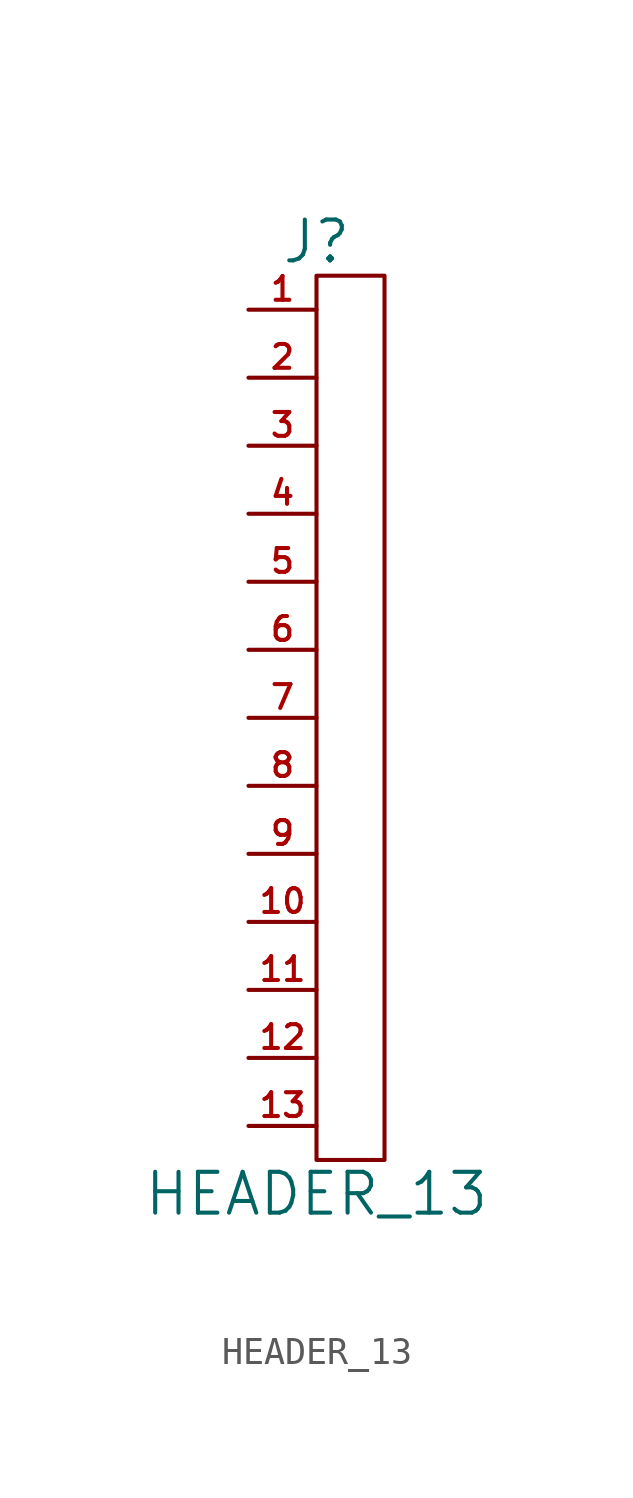
<source format=kicad_sym>
(kicad_symbol_lib
  (version 20220914)
  (generator kicad_symbol_editor)
  (symbol "HEADER_13"
    (pin_names
      (offset 0))
    (property "Reference" "J"
      (at 0 17.78 0)
      (effects (font (size 1.524 1.524))))
    (property "Value" "HEADER_13"
      (at 0 -17.78 0)
      (effects (font (size 1.524 1.524))))
    (property "Footprint" ""
      (at 0 0 0)
      (effects (font (size 1.524 1.524))))
    (property "Datasheet" ""
      (at 0 0 0)
      (effects (font (size 1.524 1.524))))
    (symbol "HEADER_13_0_1"
      (rectangle (start 2.54 16.51) (end 0 -16.51) (stroke (width 0) (type solid)) (fill (type none))))
    (symbol "HEADER_13_1_1"
      (pin passive line (at -2.54 15.24 0) (length 2.54) (name "~" (effects (font (size 1.27 1.27)))) (number "1" (effects (font (size 0.889 0.889)))))
      (pin passive line (at -2.54 -7.62 0) (length 2.54) (name "~" (effects (font (size 1.27 1.27)))) (number "10" (effects (font (size 0.889 0.889)))))
      (pin passive line (at -2.54 -10.16 0) (length 2.54) (name "~" (effects (font (size 1.27 1.27)))) (number "11" (effects (font (size 0.889 0.889)))))
      (pin passive line (at -2.54 -12.7 0) (length 2.54) (name "~" (effects (font (size 1.27 1.27)))) (number "12" (effects (font (size 0.889 0.889)))))
      (pin passive line (at -2.54 -15.24 0) (length 2.54) (name "~" (effects (font (size 1.27 1.27)))) (number "13" (effects (font (size 0.889 0.889)))))
      (pin passive line (at -2.54 12.7 0) (length 2.54) (name "~" (effects (font (size 1.27 1.27)))) (number "2" (effects (font (size 0.889 0.889)))))
      (pin passive line (at -2.54 10.16 0) (length 2.54) (name "~" (effects (font (size 1.27 1.27)))) (number "3" (effects (font (size 0.889 0.889)))))
      (pin passive line (at -2.54 7.62 0) (length 2.54) (name "~" (effects (font (size 1.27 1.27)))) (number "4" (effects (font (size 0.889 0.889)))))
      (pin passive line (at -2.54 5.08 0) (length 2.54) (name "~" (effects (font (size 1.27 1.27)))) (number "5" (effects (font (size 0.889 0.889)))))
      (pin passive line (at -2.54 2.54 0) (length 2.54) (name "~" (effects (font (size 1.27 1.27)))) (number "6" (effects (font (size 0.889 0.889)))))
      (pin passive line (at -2.54 0 0) (length 2.54) (name "~" (effects (font (size 1.27 1.27)))) (number "7" (effects (font (size 0.889 0.889)))))
      (pin passive line (at -2.54 -2.54 0) (length 2.54) (name "~" (effects (font (size 1.27 1.27)))) (number "8" (effects (font (size 0.889 0.889)))))
      (pin passive line (at -2.54 -5.08 0) (length 2.54) (name "~" (effects (font (size 1.27 1.27)))) (number "9" (effects (font (size 0.889 0.889))))))))
</source>
